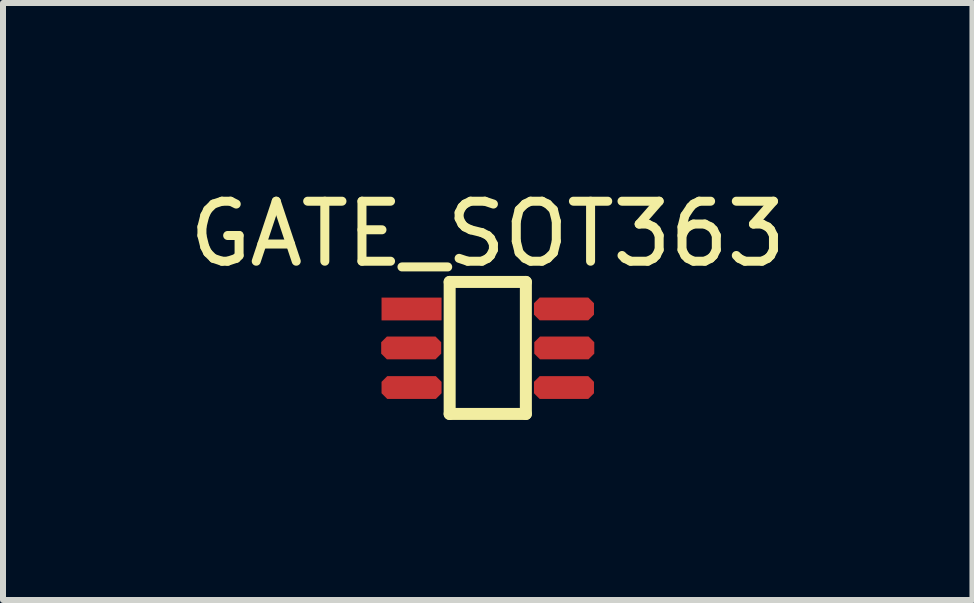
<source format=kicad_pcb>
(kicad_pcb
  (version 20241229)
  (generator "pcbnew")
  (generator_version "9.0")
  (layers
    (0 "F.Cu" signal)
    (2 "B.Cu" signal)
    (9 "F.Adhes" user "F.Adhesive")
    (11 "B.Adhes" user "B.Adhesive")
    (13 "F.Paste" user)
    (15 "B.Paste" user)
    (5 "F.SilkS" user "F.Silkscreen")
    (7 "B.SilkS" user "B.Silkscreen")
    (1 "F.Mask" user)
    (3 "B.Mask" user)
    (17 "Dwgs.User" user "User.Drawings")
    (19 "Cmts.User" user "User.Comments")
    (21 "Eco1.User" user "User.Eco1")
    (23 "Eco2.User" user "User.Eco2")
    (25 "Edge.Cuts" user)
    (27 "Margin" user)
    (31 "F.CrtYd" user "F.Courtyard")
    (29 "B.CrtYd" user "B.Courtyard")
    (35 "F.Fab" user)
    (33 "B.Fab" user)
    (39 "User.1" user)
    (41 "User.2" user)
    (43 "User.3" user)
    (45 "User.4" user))
  (footprint "GATE_SOT363"
    (layer "F.Cu")
    (at 5.078 2.748)
    (property "Reference" "GATE_SOT363" (at -0.001 -1.9 0) (layer "F.SilkS") (effects (font (size 1 1) (thickness 0.15))))
    (fp_line (start -0.635 -1.1) (end 0.635 -1.1) (stroke (width 0.2) (type solid)) (layer "F.SilkS"))
    (fp_line (start -0.635 1.1) (end -0.635 -1.1) (stroke (width 0.2) (type solid)) (layer "F.SilkS"))
    (fp_line (start -0.635 1.1) (end 0.635 1.1) (stroke (width 0.2) (type solid)) (layer "F.SilkS"))
    (fp_line (start 0.635 1.1) (end 0.635 -1.1) (stroke (width 0.2) (type solid)) (layer "F.SilkS"))
    (pad "1" smd rect (at -1.27 -0.649 90) (size 0.38 1) (layers "F.Cu" "F.Mask" "F.Paste"))
    (pad "2" smd roundrect (at -1.276 0 90) (size 0.38 1) (layers "F.Cu" "F.Mask" "F.Paste") (roundrect_rratio 0.25) (chamfer_ratio 0.25) (chamfer top_left top_right bottom_left bottom_right))
    (pad "3" smd roundrect (at -1.27 0.66 90) (size 0.38 1) (layers "F.Cu" "F.Mask" "F.Paste") (roundrect_rratio 0.25) (chamfer_ratio 0.25) (chamfer top_left top_right bottom_left bottom_right))
    (pad "4" smd roundrect (at 1.27 0.66 90) (size 0.38 1) (layers "F.Cu" "F.Mask" "F.Paste") (roundrect_rratio 0.25) (chamfer_ratio 0.25) (chamfer top_left top_right bottom_left bottom_right))
    (pad "5" smd roundrect (at 1.275 0 90) (size 0.38 1) (layers "F.Cu" "F.Mask" "F.Paste") (roundrect_rratio 0.25) (chamfer_ratio 0.25) (chamfer top_left top_right bottom_left bottom_right))
    (pad "6" smd roundrect (at 1.27 -0.65 90) (size 0.38 1) (layers "F.Cu" "F.Mask" "F.Paste") (roundrect_rratio 0.25) (chamfer_ratio 0.25) (chamfer top_left top_right bottom_left bottom_right)))
  (gr_rect
    (start -3 -3)
    (end 13.155 6.948)
    (stroke (width 0.1) (type default))
    (fill no)
    (layer "Edge.Cuts")))
</source>
